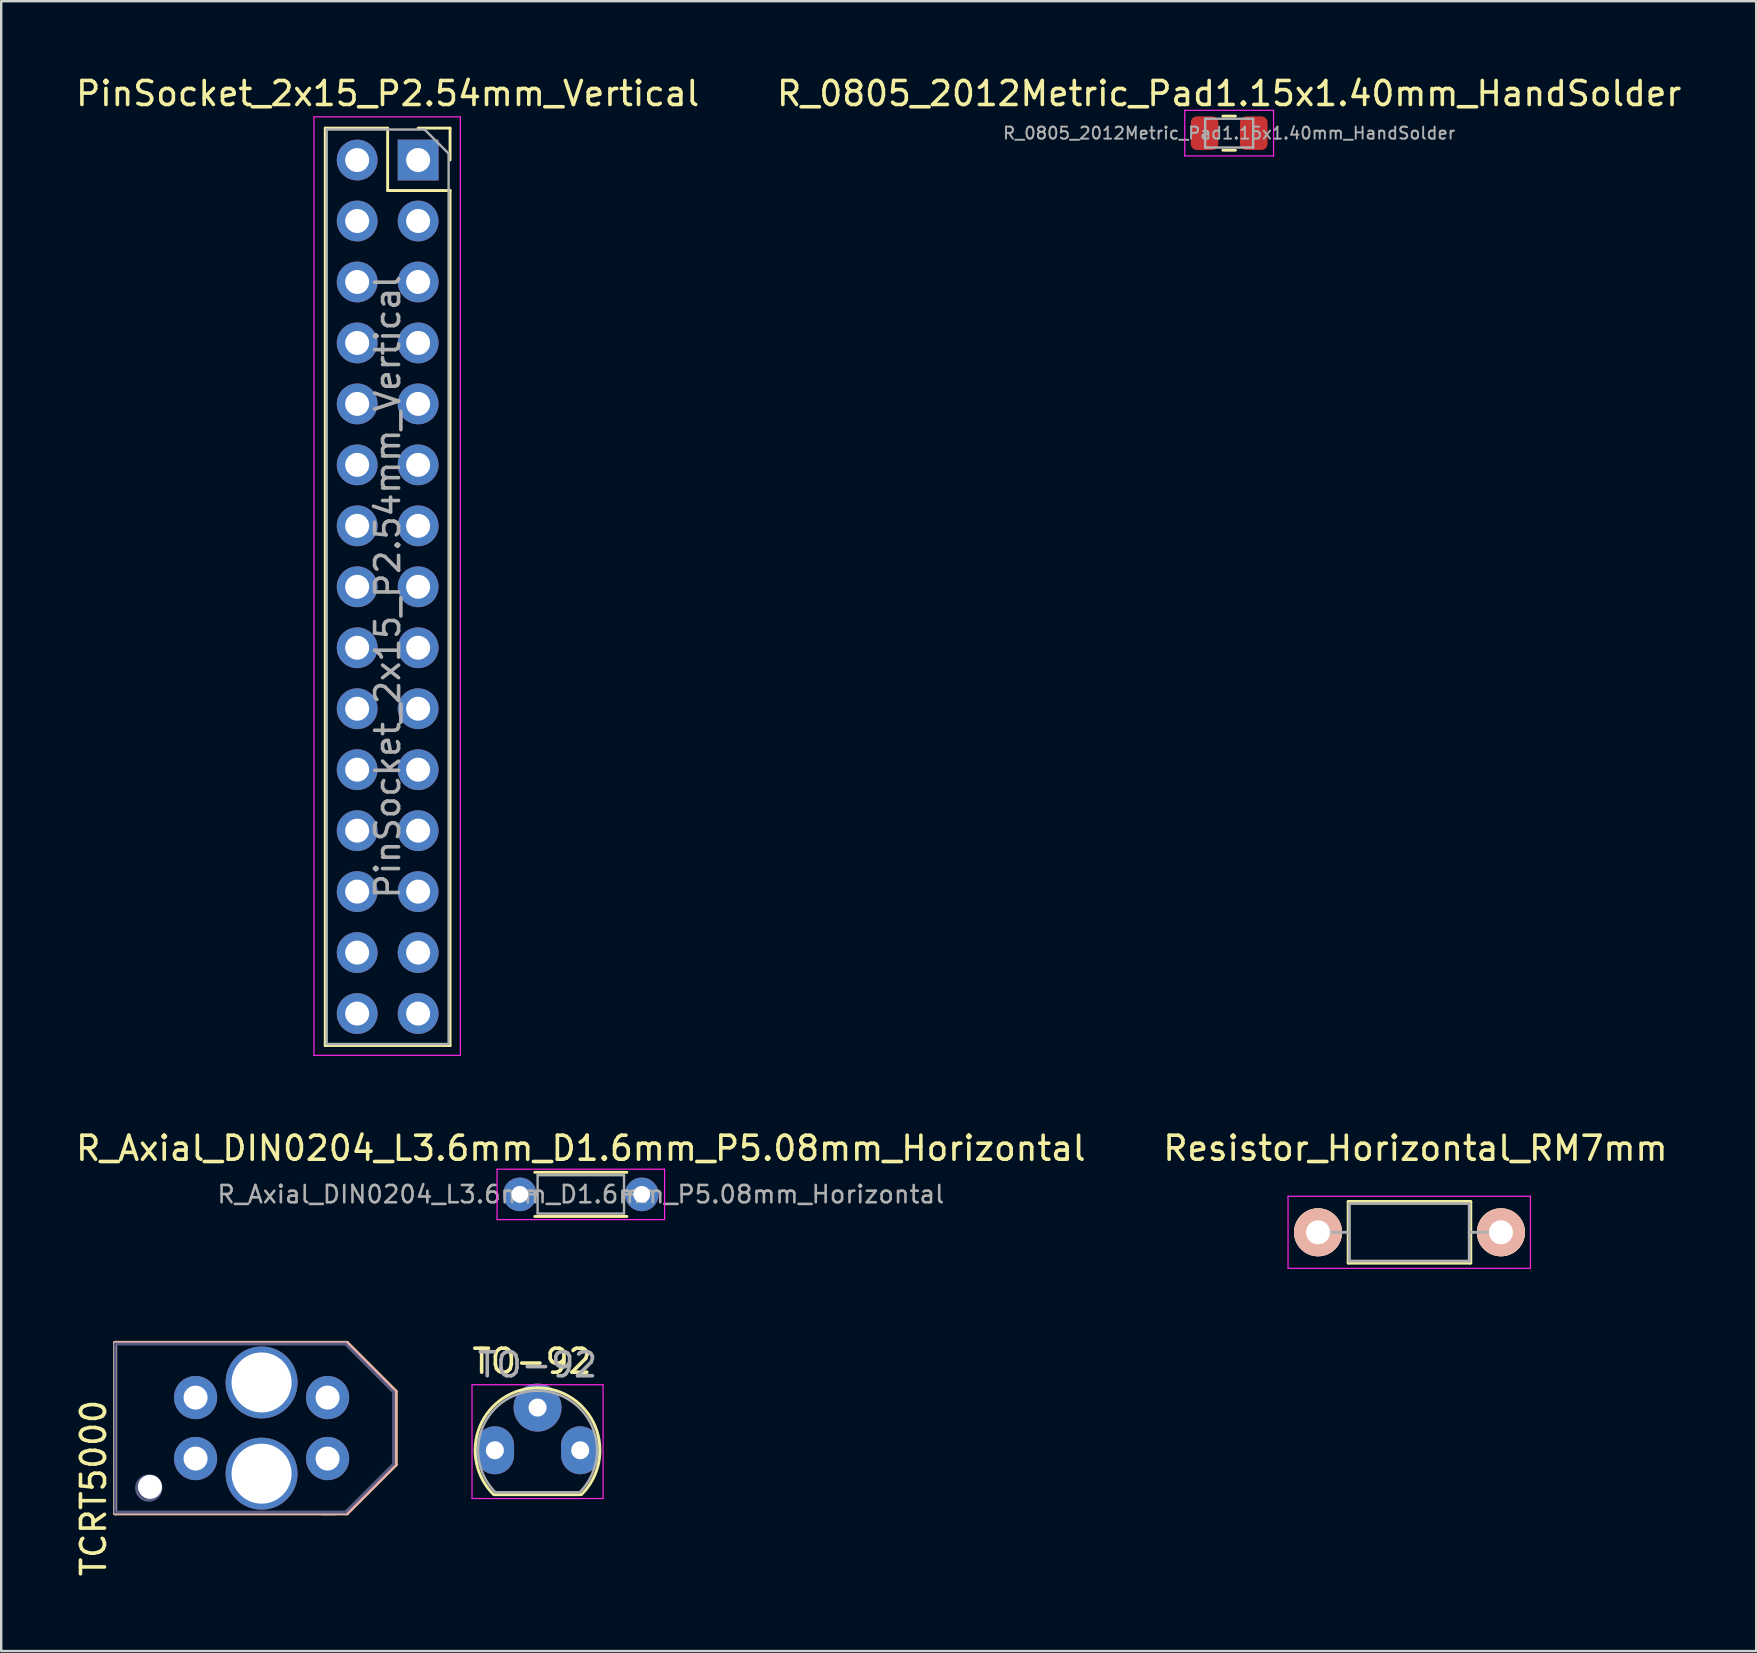
<source format=kicad_pcb>
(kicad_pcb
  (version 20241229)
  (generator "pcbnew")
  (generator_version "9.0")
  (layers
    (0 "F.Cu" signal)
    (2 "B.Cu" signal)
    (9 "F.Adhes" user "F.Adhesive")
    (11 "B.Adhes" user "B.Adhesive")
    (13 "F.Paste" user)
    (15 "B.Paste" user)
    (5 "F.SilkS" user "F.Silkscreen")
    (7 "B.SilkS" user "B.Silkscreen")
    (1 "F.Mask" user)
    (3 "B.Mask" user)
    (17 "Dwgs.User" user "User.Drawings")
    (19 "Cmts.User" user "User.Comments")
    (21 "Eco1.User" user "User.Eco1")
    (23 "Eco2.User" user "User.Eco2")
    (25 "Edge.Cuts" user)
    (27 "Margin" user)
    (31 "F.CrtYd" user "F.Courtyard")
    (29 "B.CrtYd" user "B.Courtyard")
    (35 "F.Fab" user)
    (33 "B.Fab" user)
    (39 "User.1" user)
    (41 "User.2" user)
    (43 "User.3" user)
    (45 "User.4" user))
  (footprint "Resistor_Horizontal_RM7mm"
    (layer "F.Cu")
    (at 51.864 48.292)
    (property "Reference" "Resistor_Horizontal_RM7mm" (at 4.059 -3.5 0) (layer "F.SilkS") (effects (font (size 1 1) (thickness 0.15))))
    (attr through_hole)
    (fp_line (start 1.27 -1.27) (end 6.35 -1.27) (stroke (width 0.15) (type solid)) (layer "F.SilkS"))
    (fp_line (start 1.27 1.27) (end 1.27 -1.27) (stroke (width 0.15) (type solid)) (layer "F.SilkS"))
    (fp_line (start 6.35 -1.27) (end 6.35 1.27) (stroke (width 0.15) (type solid)) (layer "F.SilkS"))
    (fp_line (start 6.35 1.27) (end 1.27 1.27) (stroke (width 0.15) (type solid)) (layer "F.SilkS"))
    (fp_line (start -1.25 -1.5) (end 8.85 -1.5) (stroke (width 0.05) (type solid)) (layer "F.CrtYd"))
    (fp_line (start -1.25 1.5) (end -1.25 -1.5) (stroke (width 0.05) (type solid)) (layer "F.CrtYd"))
    (fp_line (start -1.25 1.5) (end 8.85 1.5) (stroke (width 0.05) (type solid)) (layer "F.CrtYd"))
    (fp_line (start 8.85 -1.5) (end 8.85 1.5) (stroke (width 0.05) (type solid)) (layer "F.CrtYd"))
    (fp_line (start 1.3 -1.2) (end 1.3 1.2) (stroke (width 0.12) (type solid)) (layer "F.Fab"))
    (fp_line (start 1.3 0) (end 0 0) (stroke (width 0.12) (type solid)) (layer "F.Fab"))
    (fp_line (start 1.3 1.2) (end 6.3 1.2) (stroke (width 0.12) (type solid)) (layer "F.Fab"))
    (fp_line (start 6.3 -1.2) (end 1.3 -1.2) (stroke (width 0.12) (type solid)) (layer "F.Fab"))
    (fp_line (start 6.3 0) (end 7.6 0) (stroke (width 0.12) (type solid)) (layer "F.Fab"))
    (fp_line (start 6.3 1.2) (end 6.3 -1.2) (stroke (width 0.12) (type solid)) (layer "F.Fab"))
    (pad "1" thru_hole circle (at 0 0) (size 1.999 1.999) (drill 1.001) (layers "*.Cu" "*.SilkS" "*.Mask"))
    (pad "2" thru_hole circle (at 7.62 0) (size 1.999 1.999) (drill 1.001) (layers "*.Cu" "*.SilkS" "*.Mask")))
  (footprint "R_0805_2012Metric_Pad1.15x1.40mm_HandSolder"
    (layer "F.Cu")
    (at 48.161 2.498)
    (property "Reference" "R_0805_2012Metric_Pad1.15x1.40mm_HandSolder" (at 0 -1.65 0) (layer "F.SilkS") (effects (font (size 1 1) (thickness 0.15))))
    (attr smd)
    (fp_line (start -0.261 -0.71) (end 0.261 -0.71) (stroke (width 0.12) (type solid)) (layer "F.SilkS"))
    (fp_line (start -0.261 0.71) (end 0.261 0.71) (stroke (width 0.12) (type solid)) (layer "F.SilkS"))
    (fp_line (start -1.85 -0.95) (end 1.85 -0.95) (stroke (width 0.05) (type solid)) (layer "F.CrtYd"))
    (fp_line (start -1.85 0.95) (end -1.85 -0.95) (stroke (width 0.05) (type solid)) (layer "F.CrtYd"))
    (fp_line (start 1.85 -0.95) (end 1.85 0.95) (stroke (width 0.05) (type solid)) (layer "F.CrtYd"))
    (fp_line (start 1.85 0.95) (end -1.85 0.95) (stroke (width 0.05) (type solid)) (layer "F.CrtYd"))
    (fp_line (start -1 -0.6) (end 1 -0.6) (stroke (width 0.1) (type solid)) (layer "F.Fab"))
    (fp_line (start -1 0.6) (end -1 -0.6) (stroke (width 0.1) (type solid)) (layer "F.Fab"))
    (fp_line (start 1 -0.6) (end 1 0.6) (stroke (width 0.1) (type solid)) (layer "F.Fab"))
    (fp_line (start 1 0.6) (end -1 0.6) (stroke (width 0.1) (type solid)) (layer "F.Fab"))
    (fp_text user "${REFERENCE}" (at 0 0 0) (layer "F.Fab") (effects (font (size 0.5 0.5) (thickness 0.08))))
    (pad "1" smd roundrect (at -1.025 0) (size 1.15 1.4) (layers "F.Cu" "F.Mask" "F.Paste") (roundrect_rratio 0.217))
    (pad "2" smd roundrect (at 1.025 0) (size 1.15 1.4) (layers "F.Cu" "F.Mask" "F.Paste") (roundrect_rratio 0.217)))
  (footprint "PinSocket_2x15_P2.54mm_Vertical"
    (layer "F.Cu")
    (at 14.371 3.618)
    (property "Reference" "PinSocket_2x15_P2.54mm_Vertical" (at -1.27 -2.77 0) (layer "F.SilkS") (effects (font (size 1 1) (thickness 0.15))))
    (attr through_hole)
    (fp_line (start -3.87 -1.33) (end -3.87 36.89) (stroke (width 0.12) (type solid)) (layer "F.SilkS"))
    (fp_line (start -3.87 -1.33) (end -1.27 -1.33) (stroke (width 0.12) (type solid)) (layer "F.SilkS"))
    (fp_line (start -3.87 36.89) (end 1.33 36.89) (stroke (width 0.12) (type solid)) (layer "F.SilkS"))
    (fp_line (start -1.27 -1.33) (end -1.27 1.27) (stroke (width 0.12) (type solid)) (layer "F.SilkS"))
    (fp_line (start -1.27 1.27) (end 1.33 1.27) (stroke (width 0.12) (type solid)) (layer "F.SilkS"))
    (fp_line (start 0 -1.33) (end 1.33 -1.33) (stroke (width 0.12) (type solid)) (layer "F.SilkS"))
    (fp_line (start 1.33 -1.33) (end 1.33 0) (stroke (width 0.12) (type solid)) (layer "F.SilkS"))
    (fp_line (start 1.33 1.27) (end 1.33 36.89) (stroke (width 0.12) (type solid)) (layer "F.SilkS"))
    (fp_line (start -4.34 -1.8) (end 1.76 -1.8) (stroke (width 0.05) (type solid)) (layer "F.CrtYd"))
    (fp_line (start -4.34 37.3) (end -4.34 -1.8) (stroke (width 0.05) (type solid)) (layer "F.CrtYd"))
    (fp_line (start 1.76 -1.8) (end 1.76 37.3) (stroke (width 0.05) (type solid)) (layer "F.CrtYd"))
    (fp_line (start 1.76 37.3) (end -4.34 37.3) (stroke (width 0.05) (type solid)) (layer "F.CrtYd"))
    (fp_line (start -3.81 -1.27) (end 0.27 -1.27) (stroke (width 0.1) (type solid)) (layer "F.Fab"))
    (fp_line (start -3.81 36.83) (end -3.81 -1.27) (stroke (width 0.1) (type solid)) (layer "F.Fab"))
    (fp_line (start 0.27 -1.27) (end 1.27 -0.27) (stroke (width 0.1) (type solid)) (layer "F.Fab"))
    (fp_line (start 1.27 -0.27) (end 1.27 36.83) (stroke (width 0.1) (type solid)) (layer "F.Fab"))
    (fp_line (start 1.27 36.83) (end -3.81 36.83) (stroke (width 0.1) (type solid)) (layer "F.Fab"))
    (fp_text user "${REFERENCE}" (at -1.27 17.78 90) (layer "F.Fab") (effects (font (size 1 1) (thickness 0.15))))
    (pad "1" thru_hole rect (at 0 0) (size 1.7 1.7) (drill 1) (layers "*.Cu" "*.Mask"))
    (pad "2" thru_hole oval (at -2.54 0) (size 1.7 1.7) (drill 1) (layers "*.Cu" "*.Mask"))
    (pad "3" thru_hole oval (at 0 2.54) (size 1.7 1.7) (drill 1) (layers "*.Cu" "*.Mask"))
    (pad "4" thru_hole oval (at -2.54 2.54) (size 1.7 1.7) (drill 1) (layers "*.Cu" "*.Mask"))
    (pad "5" thru_hole oval (at 0 5.08) (size 1.7 1.7) (drill 1) (layers "*.Cu" "*.Mask"))
    (pad "6" thru_hole oval (at -2.54 5.08) (size 1.7 1.7) (drill 1) (layers "*.Cu" "*.Mask"))
    (pad "7" thru_hole oval (at 0 7.62) (size 1.7 1.7) (drill 1) (layers "*.Cu" "*.Mask"))
    (pad "8" thru_hole oval (at -2.54 7.62) (size 1.7 1.7) (drill 1) (layers "*.Cu" "*.Mask"))
    (pad "9" thru_hole oval (at 0 10.16) (size 1.7 1.7) (drill 1) (layers "*.Cu" "*.Mask"))
    (pad "10" thru_hole oval (at -2.54 10.16) (size 1.7 1.7) (drill 1) (layers "*.Cu" "*.Mask"))
    (pad "11" thru_hole oval (at 0 12.7) (size 1.7 1.7) (drill 1) (layers "*.Cu" "*.Mask"))
    (pad "12" thru_hole oval (at -2.54 12.7) (size 1.7 1.7) (drill 1) (layers "*.Cu" "*.Mask"))
    (pad "13" thru_hole oval (at 0 15.24) (size 1.7 1.7) (drill 1) (layers "*.Cu" "*.Mask"))
    (pad "14" thru_hole oval (at -2.54 15.24) (size 1.7 1.7) (drill 1) (layers "*.Cu" "*.Mask"))
    (pad "15" thru_hole oval (at 0 17.78) (size 1.7 1.7) (drill 1) (layers "*.Cu" "*.Mask"))
    (pad "16" thru_hole oval (at -2.54 17.78) (size 1.7 1.7) (drill 1) (layers "*.Cu" "*.Mask"))
    (pad "17" thru_hole oval (at 0 20.32) (size 1.7 1.7) (drill 1) (layers "*.Cu" "*.Mask"))
    (pad "18" thru_hole oval (at -2.54 20.32) (size 1.7 1.7) (drill 1) (layers "*.Cu" "*.Mask"))
    (pad "19" thru_hole oval (at 0 22.86) (size 1.7 1.7) (drill 1) (layers "*.Cu" "*.Mask"))
    (pad "20" thru_hole oval (at -2.54 22.86) (size 1.7 1.7) (drill 1) (layers "*.Cu" "*.Mask"))
    (pad "21" thru_hole oval (at 0 25.4) (size 1.7 1.7) (drill 1) (layers "*.Cu" "*.Mask"))
    (pad "22" thru_hole oval (at -2.54 25.4) (size 1.7 1.7) (drill 1) (layers "*.Cu" "*.Mask"))
    (pad "23" thru_hole oval (at 0 27.94) (size 1.7 1.7) (drill 1) (layers "*.Cu" "*.Mask"))
    (pad "24" thru_hole oval (at -2.54 27.94) (size 1.7 1.7) (drill 1) (layers "*.Cu" "*.Mask"))
    (pad "25" thru_hole oval (at 0 30.48) (size 1.7 1.7) (drill 1) (layers "*.Cu" "*.Mask"))
    (pad "26" thru_hole oval (at -2.54 30.48) (size 1.7 1.7) (drill 1) (layers "*.Cu" "*.Mask"))
    (pad "27" thru_hole oval (at 0 33.02) (size 1.7 1.7) (drill 1) (layers "*.Cu" "*.Mask"))
    (pad "28" thru_hole oval (at -2.54 33.02) (size 1.7 1.7) (drill 1) (layers "*.Cu" "*.Mask"))
    (pad "29" thru_hole oval (at 0 35.56) (size 1.7 1.7) (drill 1) (layers "*.Cu" "*.Mask"))
    (pad "30" thru_hole oval (at -2.54 35.56) (size 1.7 1.7) (drill 1) (layers "*.Cu" "*.Mask")))
  (footprint "TCRT5000"
    (layer "F.Cu")
    (at 7.848 56.448)
    (property "Reference" "TCRT5000" (at -7 2.5 90) (layer "F.SilkS") (effects (font (size 1 1) (thickness 0.15))))
    (attr through_hole)
    (fp_line (start -6.096 -3.556) (end 3.048 -3.556) (stroke (width 0.15) (type solid)) (layer "F.SilkS"))
    (fp_line (start -6.096 3.556) (end -6.096 -3.556) (stroke (width 0.15) (type solid)) (layer "F.SilkS"))
    (fp_line (start -6.096 3.556) (end -6.096 -3.556) (stroke (width 0.15) (type solid)) (layer "F.SilkS"))
    (fp_line (start 3.048 -3.556) (end 3.556 -3.556) (stroke (width 0.15) (type solid)) (layer "F.SilkS"))
    (fp_line (start 3.048 3.556) (end -6.096 3.556) (stroke (width 0.15) (type solid)) (layer "F.SilkS"))
    (fp_line (start 3.556 -3.556) (end 5.588 -1.524) (stroke (width 0.15) (type solid)) (layer "F.SilkS"))
    (fp_line (start 3.556 3.556) (end 2.54 3.556) (stroke (width 0.15) (type solid)) (layer "F.SilkS"))
    (fp_line (start 5.588 -1.524) (end 5.588 1.524) (stroke (width 0.15) (type solid)) (layer "F.SilkS"))
    (fp_line (start 5.588 1.524) (end 3.556 3.556) (stroke (width 0.15) (type solid)) (layer "F.SilkS"))
    (fp_line (start -6.096 -3.556) (end 3.048 -3.556) (stroke (width 0.15) (type solid)) (layer "B.SilkS"))
    (fp_line (start -6.096 3.556) (end -6.096 -3.556) (stroke (width 0.15) (type solid)) (layer "B.SilkS"))
    (fp_line (start 3.048 -3.556) (end 3.556 -3.556) (stroke (width 0.15) (type solid)) (layer "B.SilkS"))
    (fp_line (start 3.048 3.556) (end -6.096 3.556) (stroke (width 0.15) (type solid)) (layer "B.SilkS"))
    (fp_line (start 3.556 -3.556) (end 5.588 -1.524) (stroke (width 0.15) (type solid)) (layer "B.SilkS"))
    (fp_line (start 3.556 3.556) (end 3.048 3.556) (stroke (width 0.15) (type solid)) (layer "B.SilkS"))
    (fp_line (start 5.588 -1.524) (end 5.588 1.524) (stroke (width 0.15) (type solid)) (layer "B.SilkS"))
    (fp_line (start 5.588 1.524) (end 3.556 3.556) (stroke (width 0.15) (type solid)) (layer "B.SilkS"))
    (fp_line (start -6.1 -3.5) (end 3.5 -3.5) (stroke (width 0.12) (type solid)) (layer "B.Fab"))
    (fp_line (start -6.1 3.5) (end -6.1 -3.5) (stroke (width 0.12) (type solid)) (layer "B.Fab"))
    (fp_line (start 3.5 -3.5) (end 5.5 -1.5) (stroke (width 0.12) (type solid)) (layer "B.Fab"))
    (fp_line (start 3.5 3.5) (end -6.1 3.5) (stroke (width 0.12) (type solid)) (layer "B.Fab"))
    (fp_line (start 5.5 -1.5) (end 5.5 1.5) (stroke (width 0.12) (type solid)) (layer "B.Fab"))
    (fp_line (start 5.5 1.5) (end 3.5 3.5) (stroke (width 0.12) (type solid)) (layer "B.Fab"))
    (fp_circle (center -4.7 2.5) (end -4.19 2.5) (stroke (width 0.12) (type solid)) (fill no) (layer "B.Fab"))
    (pad "" thru_hole circle (at -4.65 2.45 180) (size 1 1) (drill 1) (layers "*.Cu" "*.Mask" "F.Paste"))
    (pad "" thru_hole circle (at 0 -1.9 180) (size 3 3) (drill 2.5) (layers "*.Cu" "*.Mask"))
    (pad "" thru_hole circle (at 0 1.9 180) (size 3 3) (drill 2.5) (layers "*.Cu" "*.Mask" "F.Paste"))
    (pad "1" thru_hole circle (at 2.75 -1.27 180) (size 1.8 1.8) (drill 1) (layers "*.Cu" "*.Mask" "F.Paste"))
    (pad "2" thru_hole circle (at 2.75 1.27 180) (size 1.8 1.8) (drill 1) (layers "*.Cu" "*.Mask" "F.Paste"))
    (pad "3" thru_hole circle (at -2.75 -1.27 180) (size 1.8 1.8) (drill 1) (layers "*.Cu" "*.Mask" "F.Paste"))
    (pad "4" thru_hole circle (at -2.75 1.27 180) (size 1.8 1.8) (drill 1) (layers "*.Cu" "*.Mask" "F.Paste")))
  (footprint "TO-92"
    (layer "F.Cu")
    (at 18.076 57.373)
    (property "Reference" "TO-92" (at 1.036 -3.708 0) (layer "F.SilkS") (effects (font (size 1 1) (thickness 0.15))))
    (attr through_hole)
    (fp_line (start -0.53 1.85) (end 3.07 1.85) (stroke (width 0.12) (type solid)) (layer "F.SilkS"))
    (fp_arc (start -0.568478 1.838478) (mid -1.132087 -0.994977) (end 1.27 -2.6) (stroke (width 0.12) (type solid)) (layer "F.SilkS"))
    (fp_arc (start 1.27 -2.6) (mid 3.672087 -0.994977) (end 3.108478 1.838478) (stroke (width 0.12) (type solid)) (layer "F.SilkS"))
    (fp_line (start -1.46 -2.73) (end -1.46 2.01) (stroke (width 0.05) (type solid)) (layer "F.CrtYd"))
    (fp_line (start -1.46 -2.73) (end 4 -2.73) (stroke (width 0.05) (type solid)) (layer "F.CrtYd"))
    (fp_line (start 4 2.01) (end -1.46 2.01) (stroke (width 0.05) (type solid)) (layer "F.CrtYd"))
    (fp_line (start 4 2.01) (end 4 -2.73) (stroke (width 0.05) (type solid)) (layer "F.CrtYd"))
    (fp_line (start -0.5 1.75) (end 3 1.75) (stroke (width 0.1) (type solid)) (layer "F.Fab"))
    (fp_arc (start -0.483625 1.753625) (mid -1.021221 -0.949055) (end 1.27 -2.48) (stroke (width 0.1) (type solid)) (layer "F.Fab"))
    (fp_arc (start 1.27 -2.48) (mid 3.561221 -0.949055) (end 3.023625 1.753625) (stroke (width 0.1) (type solid)) (layer "F.Fab"))
    (fp_text user "${REFERENCE}" (at 1.27 -3.56 0) (layer "F.Fab") (effects (font (size 1 1) (thickness 0.15))))
    (pad "1" thru_hole oval (at -0.508 0 90) (size 2 1.6) (drill 0.75) (layers "*.Cu" "*.Mask"))
    (pad "2" thru_hole circle (at 1.27 -1.778 90) (size 2 2) (drill 0.75) (layers "*.Cu" "*.Mask"))
    (pad "3" thru_hole oval (at 3.048 0 90) (size 2 1.6) (drill 0.75) (layers "*.Cu" "*.Mask")))
  (footprint "R_Axial_DIN0204_L3.6mm_D1.6mm_P5.08mm_Horizontal"
    (layer "F.Cu")
    (at 18.609 46.712)
    (property "Reference" "R_Axial_DIN0204_L3.6mm_D1.6mm_P5.08mm_Horizontal" (at 2.54 -1.92 0) (layer "F.SilkS") (effects (font (size 1 1) (thickness 0.15))))
    (attr through_hole)
    (fp_line (start 0.62 -0.92) (end 4.46 -0.92) (stroke (width 0.12) (type solid)) (layer "F.SilkS"))
    (fp_line (start 0.62 0.92) (end 4.46 0.92) (stroke (width 0.12) (type solid)) (layer "F.SilkS"))
    (fp_line (start -0.95 -1.05) (end -0.95 1.05) (stroke (width 0.05) (type solid)) (layer "F.CrtYd"))
    (fp_line (start -0.95 1.05) (end 6.03 1.05) (stroke (width 0.05) (type solid)) (layer "F.CrtYd"))
    (fp_line (start 6.03 -1.05) (end -0.95 -1.05) (stroke (width 0.05) (type solid)) (layer "F.CrtYd"))
    (fp_line (start 6.03 1.05) (end 6.03 -1.05) (stroke (width 0.05) (type solid)) (layer "F.CrtYd"))
    (fp_line (start 0 0) (end 0.74 0) (stroke (width 0.1) (type solid)) (layer "F.Fab"))
    (fp_line (start 0.74 -0.8) (end 0.74 0.8) (stroke (width 0.1) (type solid)) (layer "F.Fab"))
    (fp_line (start 0.74 0.8) (end 4.34 0.8) (stroke (width 0.1) (type solid)) (layer "F.Fab"))
    (fp_line (start 4.34 -0.8) (end 0.74 -0.8) (stroke (width 0.1) (type solid)) (layer "F.Fab"))
    (fp_line (start 4.34 0.8) (end 4.34 -0.8) (stroke (width 0.1) (type solid)) (layer "F.Fab"))
    (fp_line (start 5.08 0) (end 4.34 0) (stroke (width 0.1) (type solid)) (layer "F.Fab"))
    (fp_text user "${REFERENCE}" (at 2.54 0 0) (layer "F.Fab") (effects (font (size 0.72 0.72) (thickness 0.108))))
    (pad "1" thru_hole circle (at 0 0) (size 1.4 1.4) (drill 0.7) (layers "*.Cu" "*.Mask"))
    (pad "2" thru_hole oval (at 5.08 0) (size 1.4 1.4) (drill 0.7) (layers "*.Cu" "*.Mask")))
  (gr_rect
    (start -3 -3)
    (end 70.119 65.739)
    (stroke (width 0.1) (type default))
    (fill no)
    (layer "Edge.Cuts")))
</source>
